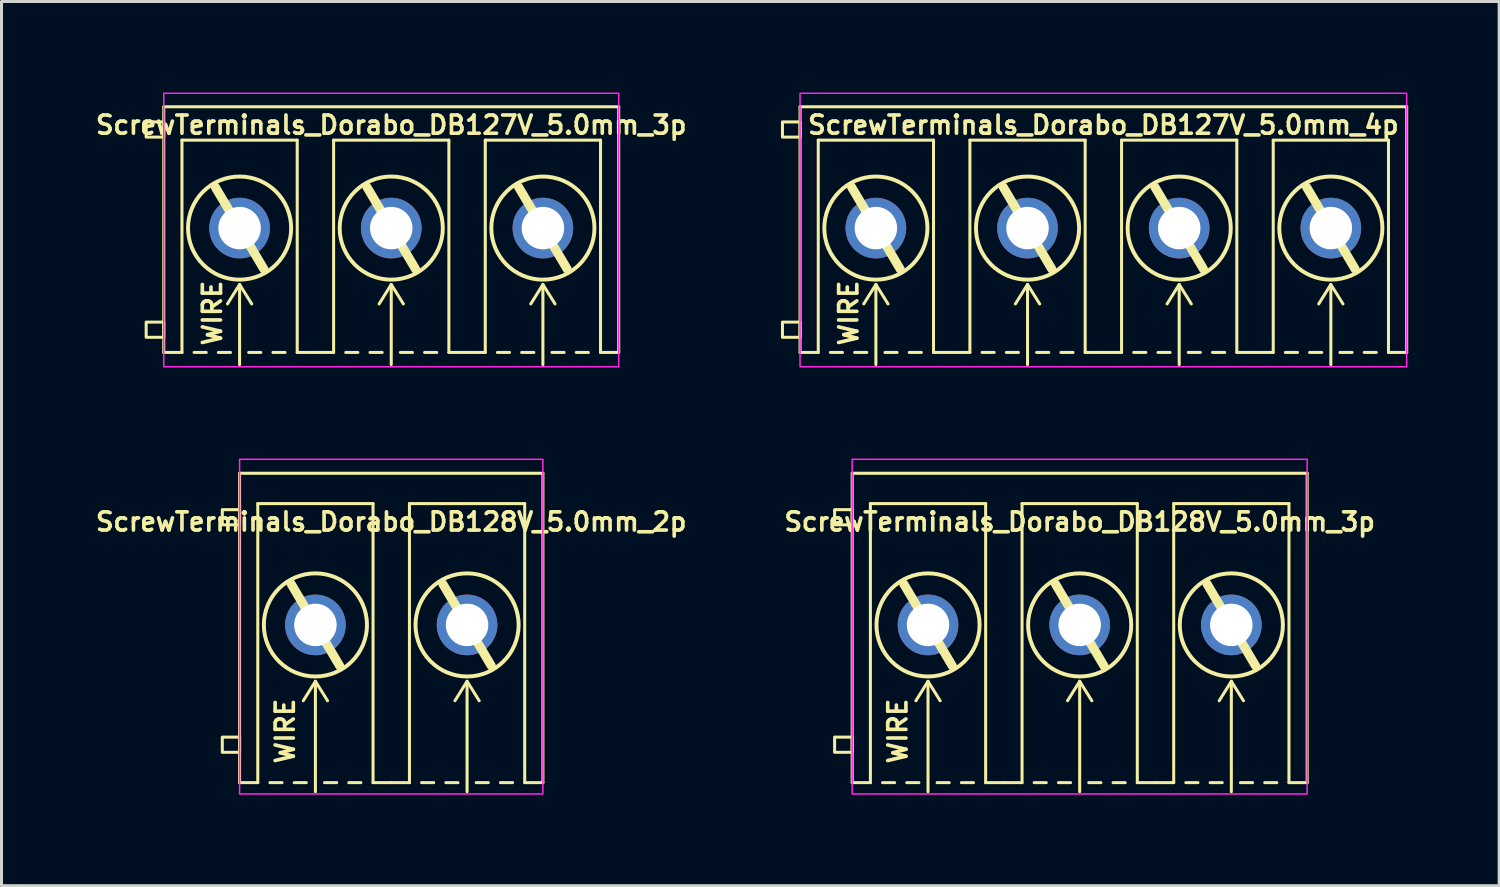
<source format=kicad_pcb>
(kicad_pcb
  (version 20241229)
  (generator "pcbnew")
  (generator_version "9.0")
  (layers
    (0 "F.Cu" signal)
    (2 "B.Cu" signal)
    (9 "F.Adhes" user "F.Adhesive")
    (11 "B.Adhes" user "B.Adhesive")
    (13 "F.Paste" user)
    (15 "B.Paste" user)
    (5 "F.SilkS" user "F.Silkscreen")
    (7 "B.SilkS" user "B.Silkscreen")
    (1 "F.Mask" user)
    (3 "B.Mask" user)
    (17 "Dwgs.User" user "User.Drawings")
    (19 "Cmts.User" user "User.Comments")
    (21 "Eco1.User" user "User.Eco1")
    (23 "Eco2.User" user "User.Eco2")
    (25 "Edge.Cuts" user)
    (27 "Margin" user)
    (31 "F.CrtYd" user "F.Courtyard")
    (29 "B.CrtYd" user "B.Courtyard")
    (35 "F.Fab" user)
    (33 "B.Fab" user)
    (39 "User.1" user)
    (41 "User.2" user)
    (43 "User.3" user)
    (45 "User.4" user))
  (footprint "ScrewTerminals_Dorabo_DB128V_5.0mm_2p"
    (layer "F.Cu")
    (at 9.849 17.553)
    (property "Reference" "ScrewTerminals_Dorabo_DB128V_5.0mm_2p" (at 0 -3.4 0) (unlocked yes) (layer "F.SilkS") (effects (font (size 0.6 0.6) (thickness 0.12) (bold yes))))
    (attr through_hole)
    (fp_line (start -5 -5) (end 5 -5) (stroke (width 0.1) (type solid)) (layer "F.SilkS"))
    (fp_line (start -5 5.2) (end -5 -5) (stroke (width 0.1) (type solid)) (layer "F.SilkS"))
    (fp_line (start -5 5.2) (end -4.4 5.2) (stroke (width 0.1) (type default)) (layer "F.SilkS"))
    (fp_line (start -4.4 -4) (end -4.4 5.2) (stroke (width 0.1) (type solid)) (layer "F.SilkS"))
    (fp_line (start -4.4 -4) (end -0.6 -4) (stroke (width 0.1) (type solid)) (layer "F.SilkS"))
    (fp_line (start -3.6 5.2) (end -4 5.2) (stroke (width 0.1) (type default)) (layer "F.SilkS"))
    (fp_line (start -3.3 -1.35) (end -1.7 1.35) (stroke (width 0.3) (type default)) (layer "F.SilkS"))
    (fp_line (start -2.8 5.2) (end -3.2 5.2) (stroke (width 0.1) (type default)) (layer "F.SilkS"))
    (fp_line (start -2.5 1.859) (end -2.9 2.5) (stroke (width 0.1) (type default)) (layer "F.SilkS"))
    (fp_line (start -2.5 1.859) (end -2.1 2.5) (stroke (width 0.1) (type default)) (layer "F.SilkS"))
    (fp_line (start -2.5 5.5) (end -2.5 1.879) (stroke (width 0.1) (type default)) (layer "F.SilkS"))
    (fp_line (start -2.2 5.2) (end -1.8 5.2) (stroke (width 0.1) (type default)) (layer "F.SilkS"))
    (fp_line (start -1.4 5.2) (end -1 5.2) (stroke (width 0.1) (type default)) (layer "F.SilkS"))
    (fp_line (start -0.6 -4) (end -0.6 5.2) (stroke (width 0.1) (type solid)) (layer "F.SilkS"))
    (fp_line (start -0.6 5.2) (end 0 5.2) (stroke (width 0.1) (type default)) (layer "F.SilkS"))
    (fp_line (start 0 5.2) (end 0.6 5.2) (stroke (width 0.1) (type default)) (layer "F.SilkS"))
    (fp_line (start 0.6 -4) (end 0.6 5.2) (stroke (width 0.1) (type solid)) (layer "F.SilkS"))
    (fp_line (start 0.6 -4) (end 4.4 -4) (stroke (width 0.1) (type solid)) (layer "F.SilkS"))
    (fp_line (start 1.4 5.2) (end 1 5.2) (stroke (width 0.1) (type default)) (layer "F.SilkS"))
    (fp_line (start 1.7 -1.35) (end 3.3 1.35) (stroke (width 0.3) (type default)) (layer "F.SilkS"))
    (fp_line (start 2.2 5.2) (end 1.8 5.2) (stroke (width 0.1) (type default)) (layer "F.SilkS"))
    (fp_line (start 2.5 1.859) (end 2.1 2.5) (stroke (width 0.1) (type default)) (layer "F.SilkS"))
    (fp_line (start 2.5 1.859) (end 2.9 2.5) (stroke (width 0.1) (type default)) (layer "F.SilkS"))
    (fp_line (start 2.5 5.5) (end 2.5 1.879) (stroke (width 0.1) (type default)) (layer "F.SilkS"))
    (fp_line (start 2.8 5.2) (end 3.2 5.2) (stroke (width 0.1) (type default)) (layer "F.SilkS"))
    (fp_line (start 3.6 5.2) (end 4 5.2) (stroke (width 0.1) (type default)) (layer "F.SilkS"))
    (fp_line (start 4.4 -4) (end 4.4 5.2) (stroke (width 0.1) (type solid)) (layer "F.SilkS"))
    (fp_line (start 4.4 5.2) (end 5 5.2) (stroke (width 0.1) (type default)) (layer "F.SilkS"))
    (fp_line (start 5 5.2) (end 5 -5) (stroke (width 0.1) (type solid)) (layer "F.SilkS"))
    (fp_rect (start -5.57 -3.8) (end -5 -3.3) (stroke (width 0.1) (type solid)) (fill no) (layer "F.SilkS"))
    (fp_rect (start -5.57 3.7) (end -5 4.2) (stroke (width 0.1) (type solid)) (fill no) (layer "F.SilkS"))
    (fp_circle (center -2.5 0) (end -0.8 0) (stroke (width 0.13) (type default)) (fill no) (layer "F.SilkS"))
    (fp_circle (center 2.5 0) (end 4.2 0) (stroke (width 0.13) (type default)) (fill no) (layer "F.SilkS"))
    (fp_rect (start -5 -5.461) (end 5 5.573) (stroke (width 0.05) (type solid)) (fill no) (layer "F.CrtYd"))
    (fp_text user "WIRE" (at -3.5 3.5 90) (unlocked yes) (layer "F.SilkS") (effects (font (size 0.6 0.6) (thickness 0.12) (bold yes))))
    (pad "1" thru_hole circle (at -2.5 0 180) (size 2 2) (drill 1.4) (layers "*.Cu" "*.Mask"))
    (pad "2" thru_hole circle (at 2.5 0 180) (size 2 2) (drill 1.4) (layers "*.Cu" "*.Mask")))
  (footprint "ScrewTerminals_Dorabo_DB127V_5.0mm_4p"
    (layer "F.Cu")
    (at 33.327 4.47)
    (property "Reference" "ScrewTerminals_Dorabo_DB127V_5.0mm_4p" (at 0 -3.4 0) (unlocked yes) (layer "F.SilkS") (effects (font (size 0.6 0.6) (thickness 0.12) (bold yes))))
    (attr through_hole)
    (fp_line (start -10 -4) (end 10 -4) (stroke (width 0.1) (type default)) (layer "F.SilkS"))
    (fp_line (start -10 4.1) (end -10 -4) (stroke (width 0.1) (type default)) (layer "F.SilkS"))
    (fp_line (start -10 4.1) (end -9.4 4.1) (stroke (width 0.1) (type default)) (layer "F.SilkS"))
    (fp_line (start -9.4 -2.9) (end -5.6 -2.9) (stroke (width 0.1) (type solid)) (layer "F.SilkS"))
    (fp_line (start -9.4 4.1) (end -9.4 -2.9) (stroke (width 0.1) (type solid)) (layer "F.SilkS"))
    (fp_line (start -8.6 4.1) (end -9 4.1) (stroke (width 0.1) (type default)) (layer "F.SilkS"))
    (fp_line (start -8.3 -1.35) (end -6.7 1.35) (stroke (width 0.3) (type default)) (layer "F.SilkS"))
    (fp_line (start -7.8 4.1) (end -8.2 4.1) (stroke (width 0.1) (type default)) (layer "F.SilkS"))
    (fp_line (start -7.5 1.859) (end -7.9 2.5) (stroke (width 0.1) (type default)) (layer "F.SilkS"))
    (fp_line (start -7.5 1.859) (end -7.1 2.5) (stroke (width 0.1) (type default)) (layer "F.SilkS"))
    (fp_line (start -7.5 4.5) (end -7.5 1.879) (stroke (width 0.1) (type default)) (layer "F.SilkS"))
    (fp_line (start -7.2 4.1) (end -6.8 4.1) (stroke (width 0.1) (type default)) (layer "F.SilkS"))
    (fp_line (start -6.4 4.1) (end -6 4.1) (stroke (width 0.1) (type default)) (layer "F.SilkS"))
    (fp_line (start -5.6 -2.9) (end -5.6 4.1) (stroke (width 0.1) (type solid)) (layer "F.SilkS"))
    (fp_line (start -5.6 4.1) (end -5 4.1) (stroke (width 0.1) (type default)) (layer "F.SilkS"))
    (fp_line (start -5 4.1) (end -4.4 4.1) (stroke (width 0.1) (type default)) (layer "F.SilkS"))
    (fp_line (start -4.4 -2.9) (end -0.6 -2.9) (stroke (width 0.1) (type solid)) (layer "F.SilkS"))
    (fp_line (start -4.4 4.1) (end -4.4 -2.9) (stroke (width 0.1) (type solid)) (layer "F.SilkS"))
    (fp_line (start -3.6 4.1) (end -4 4.1) (stroke (width 0.1) (type default)) (layer "F.SilkS"))
    (fp_line (start -3.3 -1.35) (end -1.7 1.35) (stroke (width 0.3) (type default)) (layer "F.SilkS"))
    (fp_line (start -2.8 4.1) (end -3.2 4.1) (stroke (width 0.1) (type default)) (layer "F.SilkS"))
    (fp_line (start -2.5 1.859) (end -2.9 2.5) (stroke (width 0.1) (type default)) (layer "F.SilkS"))
    (fp_line (start -2.5 1.859) (end -2.1 2.5) (stroke (width 0.1) (type default)) (layer "F.SilkS"))
    (fp_line (start -2.5 4.5) (end -2.5 1.879) (stroke (width 0.1) (type default)) (layer "F.SilkS"))
    (fp_line (start -2.2 4.1) (end -1.8 4.1) (stroke (width 0.1) (type default)) (layer "F.SilkS"))
    (fp_line (start -1.4 4.1) (end -1 4.1) (stroke (width 0.1) (type default)) (layer "F.SilkS"))
    (fp_line (start -0.6 -2.9) (end -0.6 4.1) (stroke (width 0.1) (type solid)) (layer "F.SilkS"))
    (fp_line (start -0.6 4.1) (end 0 4.1) (stroke (width 0.1) (type default)) (layer "F.SilkS"))
    (fp_line (start 0 4.1) (end 0.6 4.1) (stroke (width 0.1) (type default)) (layer "F.SilkS"))
    (fp_line (start 0.6 -2.9) (end 4.4 -2.9) (stroke (width 0.1) (type solid)) (layer "F.SilkS"))
    (fp_line (start 0.6 4.1) (end 0.6 -2.9) (stroke (width 0.1) (type solid)) (layer "F.SilkS"))
    (fp_line (start 1.4 4.1) (end 1 4.1) (stroke (width 0.1) (type default)) (layer "F.SilkS"))
    (fp_line (start 1.7 -1.35) (end 3.3 1.35) (stroke (width 0.3) (type default)) (layer "F.SilkS"))
    (fp_line (start 2.2 4.1) (end 1.8 4.1) (stroke (width 0.1) (type default)) (layer "F.SilkS"))
    (fp_line (start 2.5 1.859) (end 2.1 2.5) (stroke (width 0.1) (type default)) (layer "F.SilkS"))
    (fp_line (start 2.5 1.859) (end 2.9 2.5) (stroke (width 0.1) (type default)) (layer "F.SilkS"))
    (fp_line (start 2.5 4.5) (end 2.5 1.879) (stroke (width 0.1) (type default)) (layer "F.SilkS"))
    (fp_line (start 2.8 4.1) (end 3.2 4.1) (stroke (width 0.1) (type default)) (layer "F.SilkS"))
    (fp_line (start 3.6 4.1) (end 4 4.1) (stroke (width 0.1) (type default)) (layer "F.SilkS"))
    (fp_line (start 4.4 -2.9) (end 4.4 4.1) (stroke (width 0.1) (type solid)) (layer "F.SilkS"))
    (fp_line (start 4.4 4.1) (end 5 4.1) (stroke (width 0.1) (type default)) (layer "F.SilkS"))
    (fp_line (start 5 4.1) (end 5.6 4.1) (stroke (width 0.1) (type default)) (layer "F.SilkS"))
    (fp_line (start 5.6 -2.9) (end 9.4 -2.9) (stroke (width 0.1) (type solid)) (layer "F.SilkS"))
    (fp_line (start 5.6 4.1) (end 5.6 -2.9) (stroke (width 0.1) (type solid)) (layer "F.SilkS"))
    (fp_line (start 6.4 4.1) (end 6 4.1) (stroke (width 0.1) (type default)) (layer "F.SilkS"))
    (fp_line (start 6.7 -1.35) (end 8.3 1.35) (stroke (width 0.3) (type default)) (layer "F.SilkS"))
    (fp_line (start 7.2 4.1) (end 6.8 4.1) (stroke (width 0.1) (type default)) (layer "F.SilkS"))
    (fp_line (start 7.5 1.859) (end 7.1 2.5) (stroke (width 0.1) (type default)) (layer "F.SilkS"))
    (fp_line (start 7.5 1.859) (end 7.9 2.5) (stroke (width 0.1) (type default)) (layer "F.SilkS"))
    (fp_line (start 7.5 4.5) (end 7.5 1.879) (stroke (width 0.1) (type default)) (layer "F.SilkS"))
    (fp_line (start 7.8 4.1) (end 8.2 4.1) (stroke (width 0.1) (type default)) (layer "F.SilkS"))
    (fp_line (start 8.6 4.1) (end 9 4.1) (stroke (width 0.1) (type default)) (layer "F.SilkS"))
    (fp_line (start 9.4 -2.9) (end 9.4 4.1) (stroke (width 0.1) (type solid)) (layer "F.SilkS"))
    (fp_line (start 9.4 4.1) (end 10 4.1) (stroke (width 0.1) (type default)) (layer "F.SilkS"))
    (fp_line (start 10 4.1) (end 10 -4) (stroke (width 0.1) (type default)) (layer "F.SilkS"))
    (fp_rect (start -10.58 -3.5) (end -10 -3) (stroke (width 0.1) (type solid)) (fill no) (layer "F.SilkS"))
    (fp_rect (start -10.58 3.1) (end -10 3.6) (stroke (width 0.1) (type solid)) (fill no) (layer "F.SilkS"))
    (fp_circle (center -7.5 0) (end -5.8 0) (stroke (width 0.13) (type default)) (fill no) (layer "F.SilkS"))
    (fp_circle (center -2.5 0) (end -0.8 0) (stroke (width 0.13) (type default)) (fill no) (layer "F.SilkS"))
    (fp_circle (center 2.5 0) (end 4.2 0) (stroke (width 0.13) (type default)) (fill no) (layer "F.SilkS"))
    (fp_circle (center 7.5 0) (end 9.2 0) (stroke (width 0.13) (type default)) (fill no) (layer "F.SilkS"))
    (fp_rect (start 10 4.572) (end -10 -4.445) (stroke (width 0.05) (type solid)) (fill no) (layer "F.CrtYd"))
    (fp_text user "WIRE" (at -8.4 2.8 90) (unlocked yes) (layer "F.SilkS") (effects (font (size 0.6 0.6) (thickness 0.12) (bold yes))))
    (pad "1" thru_hole circle (at -7.5 0 180) (size 2 2) (drill 1.4) (layers "*.Cu" "*.Mask"))
    (pad "2" thru_hole circle (at -2.5 0 180) (size 2 2) (drill 1.4) (layers "*.Cu" "*.Mask"))
    (pad "3" thru_hole circle (at 2.5 0 180) (size 2 2) (drill 1.4) (layers "*.Cu" "*.Mask"))
    (pad "4" thru_hole circle (at 7.5 0 180) (size 2 2) (drill 1.4) (layers "*.Cu" "*.Mask")))
  (footprint "ScrewTerminals_Dorabo_DB128V_5.0mm_3p"
    (layer "F.Cu")
    (at 32.546 17.553)
    (property "Reference" "ScrewTerminals_Dorabo_DB128V_5.0mm_3p" (at 0 -3.4 0) (unlocked yes) (layer "F.SilkS") (effects (font (size 0.6 0.6) (thickness 0.12) (bold yes))))
    (attr through_hole)
    (fp_line (start -7.5 -5) (end 7.5 -5) (stroke (width 0.1) (type solid)) (layer "F.SilkS"))
    (fp_line (start -7.5 5.2) (end -7.5 -5) (stroke (width 0.1) (type solid)) (layer "F.SilkS"))
    (fp_line (start -7.5 5.2) (end -6.9 5.2) (stroke (width 0.1) (type default)) (layer "F.SilkS"))
    (fp_line (start -6.9 -4) (end -6.9 5.2) (stroke (width 0.1) (type solid)) (layer "F.SilkS"))
    (fp_line (start -6.9 -4) (end -3.1 -4) (stroke (width 0.1) (type solid)) (layer "F.SilkS"))
    (fp_line (start -6.1 5.2) (end -6.5 5.2) (stroke (width 0.1) (type default)) (layer "F.SilkS"))
    (fp_line (start -5.8 -1.35) (end -4.2 1.35) (stroke (width 0.3) (type default)) (layer "F.SilkS"))
    (fp_line (start -5.3 5.2) (end -5.7 5.2) (stroke (width 0.1) (type default)) (layer "F.SilkS"))
    (fp_line (start -5 1.859) (end -5.4 2.5) (stroke (width 0.1) (type default)) (layer "F.SilkS"))
    (fp_line (start -5 1.859) (end -4.6 2.5) (stroke (width 0.1) (type default)) (layer "F.SilkS"))
    (fp_line (start -5 5.5) (end -5 1.879) (stroke (width 0.1) (type default)) (layer "F.SilkS"))
    (fp_line (start -4.7 5.2) (end -4.3 5.2) (stroke (width 0.1) (type default)) (layer "F.SilkS"))
    (fp_line (start -3.9 5.2) (end -3.5 5.2) (stroke (width 0.1) (type default)) (layer "F.SilkS"))
    (fp_line (start -3.1 -4) (end -3.1 5.2) (stroke (width 0.1) (type solid)) (layer "F.SilkS"))
    (fp_line (start -3.1 5.2) (end -2.5 5.2) (stroke (width 0.1) (type default)) (layer "F.SilkS"))
    (fp_line (start -2.5 5.2) (end -1.9 5.2) (stroke (width 0.1) (type default)) (layer "F.SilkS"))
    (fp_line (start -1.9 -4) (end -1.9 5.2) (stroke (width 0.1) (type solid)) (layer "F.SilkS"))
    (fp_line (start -1.9 -4) (end 1.9 -4) (stroke (width 0.1) (type solid)) (layer "F.SilkS"))
    (fp_line (start -1.1 5.2) (end -1.5 5.2) (stroke (width 0.1) (type default)) (layer "F.SilkS"))
    (fp_line (start -0.8 -1.35) (end 0.8 1.35) (stroke (width 0.3) (type default)) (layer "F.SilkS"))
    (fp_line (start -0.3 5.2) (end -0.7 5.2) (stroke (width 0.1) (type default)) (layer "F.SilkS"))
    (fp_line (start 0 1.859) (end -0.4 2.5) (stroke (width 0.1) (type default)) (layer "F.SilkS"))
    (fp_line (start 0 1.859) (end 0.4 2.5) (stroke (width 0.1) (type default)) (layer "F.SilkS"))
    (fp_line (start 0 5.5) (end 0 1.879) (stroke (width 0.1) (type default)) (layer "F.SilkS"))
    (fp_line (start 0.3 5.2) (end 0.7 5.2) (stroke (width 0.1) (type default)) (layer "F.SilkS"))
    (fp_line (start 1.1 5.2) (end 1.5 5.2) (stroke (width 0.1) (type default)) (layer "F.SilkS"))
    (fp_line (start 1.9 -4) (end 1.9 5.2) (stroke (width 0.1) (type solid)) (layer "F.SilkS"))
    (fp_line (start 1.9 5.2) (end 2.5 5.2) (stroke (width 0.1) (type default)) (layer "F.SilkS"))
    (fp_line (start 2.5 5.2) (end 3.1 5.2) (stroke (width 0.1) (type default)) (layer "F.SilkS"))
    (fp_line (start 3.1 -4) (end 3.1 5.2) (stroke (width 0.1) (type solid)) (layer "F.SilkS"))
    (fp_line (start 3.1 -4) (end 6.9 -4) (stroke (width 0.1) (type solid)) (layer "F.SilkS"))
    (fp_line (start 3.9 5.2) (end 3.5 5.2) (stroke (width 0.1) (type default)) (layer "F.SilkS"))
    (fp_line (start 4.2 -1.35) (end 5.8 1.35) (stroke (width 0.3) (type default)) (layer "F.SilkS"))
    (fp_line (start 4.7 5.2) (end 4.3 5.2) (stroke (width 0.1) (type default)) (layer "F.SilkS"))
    (fp_line (start 5 1.859) (end 4.6 2.5) (stroke (width 0.1) (type default)) (layer "F.SilkS"))
    (fp_line (start 5 1.859) (end 5.4 2.5) (stroke (width 0.1) (type default)) (layer "F.SilkS"))
    (fp_line (start 5 5.5) (end 5 1.879) (stroke (width 0.1) (type default)) (layer "F.SilkS"))
    (fp_line (start 5.3 5.2) (end 5.7 5.2) (stroke (width 0.1) (type default)) (layer "F.SilkS"))
    (fp_line (start 6.1 5.2) (end 6.5 5.2) (stroke (width 0.1) (type default)) (layer "F.SilkS"))
    (fp_line (start 6.9 -4) (end 6.9 5.2) (stroke (width 0.1) (type solid)) (layer "F.SilkS"))
    (fp_line (start 6.9 5.2) (end 7.5 5.2) (stroke (width 0.1) (type default)) (layer "F.SilkS"))
    (fp_line (start 7.5 5.2) (end 7.5 -5) (stroke (width 0.1) (type solid)) (layer "F.SilkS"))
    (fp_rect (start -8.08 -3.8) (end -7.5 -3.3) (stroke (width 0.1) (type solid)) (fill no) (layer "F.SilkS"))
    (fp_rect (start -8.08 3.7) (end -7.5 4.2) (stroke (width 0.1) (type solid)) (fill no) (layer "F.SilkS"))
    (fp_circle (center -5 0) (end -3.3 0) (stroke (width 0.13) (type default)) (fill no) (layer "F.SilkS"))
    (fp_circle (center 0 0) (end 1.7 0) (stroke (width 0.13) (type default)) (fill no) (layer "F.SilkS"))
    (fp_circle (center 5 0) (end 6.7 0) (stroke (width 0.13) (type default)) (fill no) (layer "F.SilkS"))
    (fp_rect (start -7.5 -5.461) (end 7.5 5.573) (stroke (width 0.05) (type solid)) (fill no) (layer "F.CrtYd"))
    (fp_text user "WIRE" (at -6 3.5 90) (unlocked yes) (layer "F.SilkS") (effects (font (size 0.6 0.6) (thickness 0.12) (bold yes))))
    (pad "1" thru_hole circle (at -5 0 180) (size 2 2) (drill 1.4) (layers "*.Cu" "*.Mask"))
    (pad "2" thru_hole circle (at 0 0 180) (size 2 2) (drill 1.4) (layers "*.Cu" "*.Mask"))
    (pad "3" thru_hole circle (at 5 0 180) (size 2 2) (drill 1.4) (layers "*.Cu" "*.Mask")))
  (footprint "ScrewTerminals_Dorabo_DB127V_5.0mm_3p"
    (layer "F.Cu")
    (at 9.849 4.47)
    (property "Reference" "ScrewTerminals_Dorabo_DB127V_5.0mm_3p" (at 0 -3.4 0) (unlocked yes) (layer "F.SilkS") (effects (font (size 0.6 0.6) (thickness 0.12) (bold yes))))
    (attr through_hole)
    (fp_line (start -7.5 -4) (end 7.5 -4) (stroke (width 0.1) (type default)) (layer "F.SilkS"))
    (fp_line (start -7.5 4.1) (end -7.5 -4) (stroke (width 0.1) (type default)) (layer "F.SilkS"))
    (fp_line (start -7.5 4.1) (end -6.9 4.1) (stroke (width 0.1) (type default)) (layer "F.SilkS"))
    (fp_line (start -6.9 -2.9) (end -3.1 -2.9) (stroke (width 0.1) (type solid)) (layer "F.SilkS"))
    (fp_line (start -6.9 4.1) (end -6.9 -2.9) (stroke (width 0.1) (type solid)) (layer "F.SilkS"))
    (fp_line (start -6.1 4.1) (end -6.5 4.1) (stroke (width 0.1) (type default)) (layer "F.SilkS"))
    (fp_line (start -5.8 -1.35) (end -4.2 1.35) (stroke (width 0.3) (type default)) (layer "F.SilkS"))
    (fp_line (start -5.3 4.1) (end -5.7 4.1) (stroke (width 0.1) (type default)) (layer "F.SilkS"))
    (fp_line (start -5 1.859) (end -5.4 2.5) (stroke (width 0.1) (type default)) (layer "F.SilkS"))
    (fp_line (start -5 1.859) (end -4.6 2.5) (stroke (width 0.1) (type default)) (layer "F.SilkS"))
    (fp_line (start -5 4.5) (end -5 1.879) (stroke (width 0.1) (type default)) (layer "F.SilkS"))
    (fp_line (start -4.7 4.1) (end -4.3 4.1) (stroke (width 0.1) (type default)) (layer "F.SilkS"))
    (fp_line (start -3.9 4.1) (end -3.5 4.1) (stroke (width 0.1) (type default)) (layer "F.SilkS"))
    (fp_line (start -3.1 -2.9) (end -3.1 4.1) (stroke (width 0.1) (type solid)) (layer "F.SilkS"))
    (fp_line (start -3.1 4.1) (end -2.5 4.1) (stroke (width 0.1) (type default)) (layer "F.SilkS"))
    (fp_line (start -2.5 4.1) (end -1.9 4.1) (stroke (width 0.1) (type default)) (layer "F.SilkS"))
    (fp_line (start -1.9 -2.9) (end 1.9 -2.9) (stroke (width 0.1) (type solid)) (layer "F.SilkS"))
    (fp_line (start -1.9 4.1) (end -1.9 -2.9) (stroke (width 0.1) (type solid)) (layer "F.SilkS"))
    (fp_line (start -1.1 4.1) (end -1.5 4.1) (stroke (width 0.1) (type default)) (layer "F.SilkS"))
    (fp_line (start -0.8 -1.35) (end 0.8 1.35) (stroke (width 0.3) (type default)) (layer "F.SilkS"))
    (fp_line (start -0.3 4.1) (end -0.7 4.1) (stroke (width 0.1) (type default)) (layer "F.SilkS"))
    (fp_line (start 0 1.859) (end -0.4 2.5) (stroke (width 0.1) (type default)) (layer "F.SilkS"))
    (fp_line (start 0 1.859) (end 0.4 2.5) (stroke (width 0.1) (type default)) (layer "F.SilkS"))
    (fp_line (start 0 4.5) (end 0 1.879) (stroke (width 0.1) (type default)) (layer "F.SilkS"))
    (fp_line (start 0.3 4.1) (end 0.7 4.1) (stroke (width 0.1) (type default)) (layer "F.SilkS"))
    (fp_line (start 1.1 4.1) (end 1.5 4.1) (stroke (width 0.1) (type default)) (layer "F.SilkS"))
    (fp_line (start 1.9 -2.9) (end 1.9 4.1) (stroke (width 0.1) (type solid)) (layer "F.SilkS"))
    (fp_line (start 1.9 4.1) (end 2.5 4.1) (stroke (width 0.1) (type default)) (layer "F.SilkS"))
    (fp_line (start 2.5 4.1) (end 3.1 4.1) (stroke (width 0.1) (type default)) (layer "F.SilkS"))
    (fp_line (start 3.1 -2.9) (end 6.9 -2.9) (stroke (width 0.1) (type solid)) (layer "F.SilkS"))
    (fp_line (start 3.1 4.1) (end 3.1 -2.9) (stroke (width 0.1) (type solid)) (layer "F.SilkS"))
    (fp_line (start 3.9 4.1) (end 3.5 4.1) (stroke (width 0.1) (type default)) (layer "F.SilkS"))
    (fp_line (start 4.2 -1.35) (end 5.8 1.35) (stroke (width 0.3) (type default)) (layer "F.SilkS"))
    (fp_line (start 4.7 4.1) (end 4.3 4.1) (stroke (width 0.1) (type default)) (layer "F.SilkS"))
    (fp_line (start 5 1.859) (end 4.6 2.5) (stroke (width 0.1) (type default)) (layer "F.SilkS"))
    (fp_line (start 5 1.859) (end 5.4 2.5) (stroke (width 0.1) (type default)) (layer "F.SilkS"))
    (fp_line (start 5 4.5) (end 5 1.879) (stroke (width 0.1) (type default)) (layer "F.SilkS"))
    (fp_line (start 5.3 4.1) (end 5.7 4.1) (stroke (width 0.1) (type default)) (layer "F.SilkS"))
    (fp_line (start 6.1 4.1) (end 6.5 4.1) (stroke (width 0.1) (type default)) (layer "F.SilkS"))
    (fp_line (start 6.9 -2.9) (end 6.9 4.1) (stroke (width 0.1) (type solid)) (layer "F.SilkS"))
    (fp_line (start 6.9 4.1) (end 7.5 4.1) (stroke (width 0.1) (type default)) (layer "F.SilkS"))
    (fp_line (start 7.5 4.1) (end 7.5 -4) (stroke (width 0.1) (type default)) (layer "F.SilkS"))
    (fp_rect (start -8.08 -3.5) (end -7.5 -3) (stroke (width 0.1) (type solid)) (fill no) (layer "F.SilkS"))
    (fp_rect (start -8.08 3.1) (end -7.5 3.6) (stroke (width 0.1) (type solid)) (fill no) (layer "F.SilkS"))
    (fp_circle (center -5 0) (end -3.3 0) (stroke (width 0.13) (type default)) (fill no) (layer "F.SilkS"))
    (fp_circle (center 0 0) (end 1.7 0) (stroke (width 0.13) (type default)) (fill no) (layer "F.SilkS"))
    (fp_circle (center 5 0) (end 6.7 0) (stroke (width 0.13) (type default)) (fill no) (layer "F.SilkS"))
    (fp_rect (start -7.5 -4.445) (end 7.5 4.572) (stroke (width 0.05) (type solid)) (fill no) (layer "F.CrtYd"))
    (fp_text user "WIRE" (at -5.9 2.8 90) (unlocked yes) (layer "F.SilkS") (effects (font (size 0.6 0.6) (thickness 0.12) (bold yes))))
    (pad "1" thru_hole circle (at -5 0 180) (size 2 2) (drill 1.4) (layers "*.Cu" "*.Mask"))
    (pad "2" thru_hole circle (at 0 0 180) (size 2 2) (drill 1.4) (layers "*.Cu" "*.Mask"))
    (pad "3" thru_hole circle (at 5 0 180) (size 2 2) (drill 1.4) (layers "*.Cu" "*.Mask")))
  (gr_rect
    (start -3 -3)
    (end 46.377 26.151)
    (stroke (width 0.1) (type default))
    (fill no)
    (layer "Edge.Cuts")))
</source>
